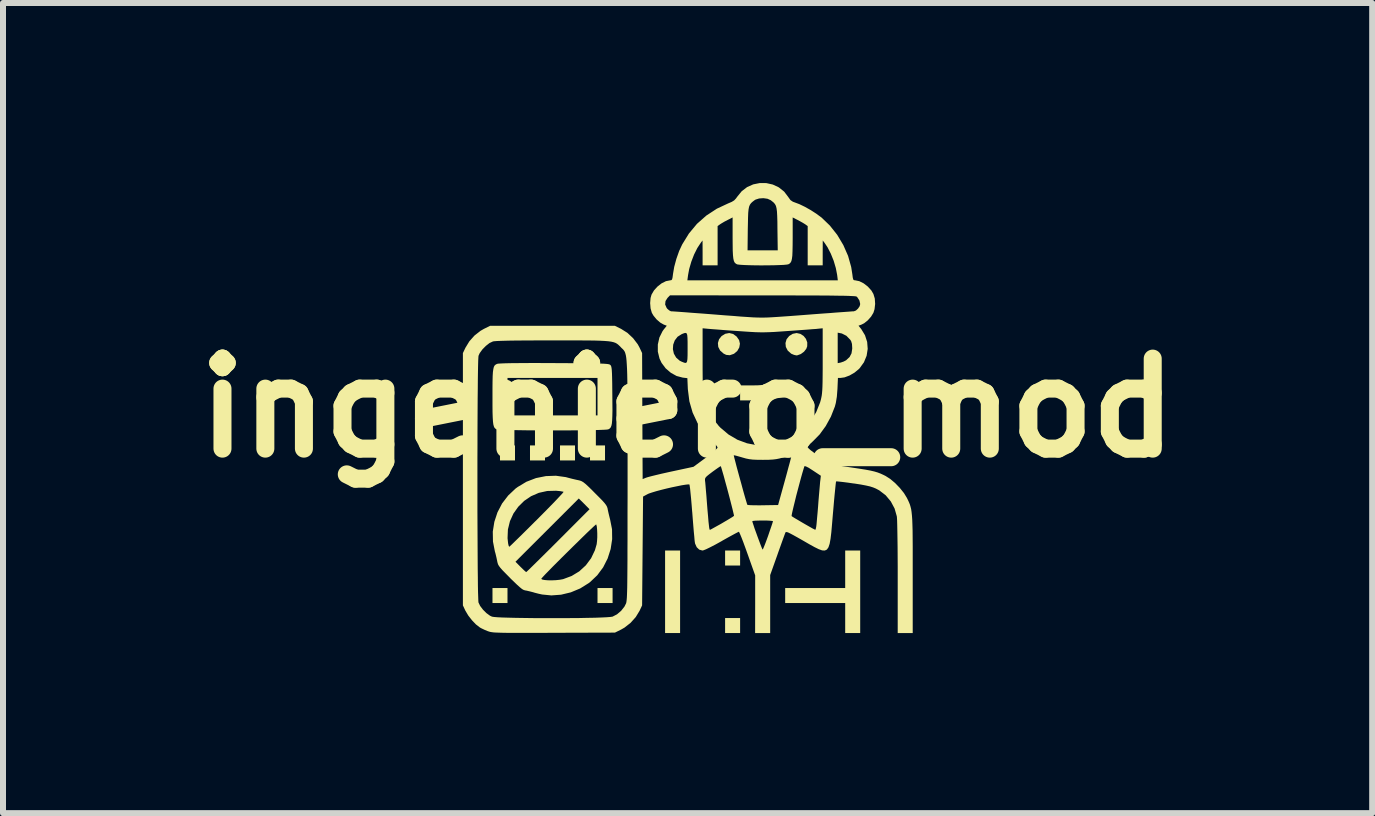
<source format=kicad_pcb>
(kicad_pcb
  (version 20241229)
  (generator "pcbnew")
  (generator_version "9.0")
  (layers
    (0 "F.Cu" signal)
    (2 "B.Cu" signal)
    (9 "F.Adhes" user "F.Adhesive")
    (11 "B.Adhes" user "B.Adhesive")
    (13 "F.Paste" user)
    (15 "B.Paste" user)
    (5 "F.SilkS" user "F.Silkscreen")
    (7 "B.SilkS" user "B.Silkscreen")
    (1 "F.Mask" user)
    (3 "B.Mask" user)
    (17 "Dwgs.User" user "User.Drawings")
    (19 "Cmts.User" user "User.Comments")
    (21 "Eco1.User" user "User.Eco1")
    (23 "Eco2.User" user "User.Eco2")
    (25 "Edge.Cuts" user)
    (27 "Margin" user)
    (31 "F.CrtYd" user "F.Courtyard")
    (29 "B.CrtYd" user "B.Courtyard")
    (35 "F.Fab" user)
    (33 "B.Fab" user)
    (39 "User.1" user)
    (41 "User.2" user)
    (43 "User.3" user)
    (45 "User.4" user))
  (footprint "ingeniero_mod"
    (layer "F.Cu")
    (at 8.407 3.747)
    (property "Reference" "ingeniero_mod" (at 0 0 0) (layer "F.SilkS") (effects (font (size 1.5 1.5) (thickness 0.3))))
    (attr board_only exclude_from_pos_files exclude_from_bom)
    (fp_poly (pts (xy -3.001 3.126) (xy -3.001 3.251) (xy -3.126 3.251) (xy -3.251 3.251) (xy -3.251 3.126) (xy -3.251 3.001) (xy -3.126 3.001) (xy -3.001 3.001)) (stroke (width 0) (type solid)) (fill yes) (layer "F.SilkS"))
    (fp_poly (pts (xy -2.876 0.75) (xy -2.876 0.875) (xy -3.001 0.875) (xy -3.126 0.875) (xy -3.126 0.75) (xy -3.126 0.625) (xy -3.001 0.625) (xy -2.876 0.625)) (stroke (width 0) (type solid)) (fill yes) (layer "F.SilkS"))
    (fp_poly (pts (xy -2.376 0.75) (xy -2.376 0.875) (xy -2.501 0.875) (xy -2.626 0.875) (xy -2.626 0.75) (xy -2.626 0.625) (xy -2.501 0.625) (xy -2.376 0.625)) (stroke (width 0) (type solid)) (fill yes) (layer "F.SilkS"))
    (fp_poly (pts (xy -1.876 0.75) (xy -1.876 0.875) (xy -2.001 0.875) (xy -2.126 0.875) (xy -2.126 0.75) (xy -2.126 0.625) (xy -2.001 0.625) (xy -1.876 0.625)) (stroke (width 0) (type solid)) (fill yes) (layer "F.SilkS"))
    (fp_poly (pts (xy -1.376 0.75) (xy -1.376 0.875) (xy -1.501 0.875) (xy -1.626 0.875) (xy -1.626 0.75) (xy -1.626 0.625) (xy -1.501 0.625) (xy -1.376 0.625)) (stroke (width 0) (type solid)) (fill yes) (layer "F.SilkS"))
    (fp_poly (pts (xy -1.25 3.126) (xy -1.25 3.251) (xy -1.376 3.251) (xy -1.501 3.251) (xy -1.501 3.126) (xy -1.501 3.001) (xy -1.376 3.001) (xy -1.25 3.001)) (stroke (width 0) (type solid)) (fill yes) (layer "F.SilkS"))
    (fp_poly (pts (xy -0.125 3.064) (xy -0.125 3.751) (xy -0.25 3.751) (xy -0.375 3.751) (xy -0.375 3.064) (xy -0.375 2.376) (xy -0.25 2.376) (xy -0.125 2.376)) (stroke (width 0) (type solid)) (fill yes) (layer "F.SilkS"))
    (fp_poly (pts (xy 0.875 2.501) (xy 0.875 2.626) (xy 0.75 2.626) (xy 0.625 2.626) (xy 0.625 2.501) (xy 0.625 2.376) (xy 0.75 2.376) (xy 0.875 2.376)) (stroke (width 0) (type solid)) (fill yes) (layer "F.SilkS"))
    (fp_poly (pts (xy 0.875 3.626) (xy 0.875 3.751) (xy 0.75 3.751) (xy 0.625 3.751) (xy 0.625 3.626) (xy 0.625 3.501) (xy 0.75 3.501) (xy 0.875 3.501)) (stroke (width 0) (type solid)) (fill yes) (layer "F.SilkS"))
    (fp_poly (pts (xy 2.876 3.064) (xy 2.876 3.751) (xy 2.751 3.751) (xy 2.626 3.751) (xy 2.626 3.501) (xy 2.626 3.251) (xy 2.126 3.251) (xy 1.626 3.251) (xy 1.626 3.126) (xy 1.626 3.001) (xy 2.126 3.001) (xy 2.626 3.001) (xy 2.626 2.688) (xy 2.626 2.376) (xy 2.751 2.376) (xy 2.876 2.376)) (stroke (width 0) (type solid)) (fill yes) (layer "F.SilkS"))
    (fp_poly (pts (xy 0.759 -1.232) (xy 0.817 -1.189) (xy 0.858 -1.13) (xy 0.872 -1.07) (xy 0.861 -1.007) (xy 0.828 -0.949) (xy 0.775 -0.904) (xy 0.767 -0.9) (xy 0.703 -0.878) (xy 0.643 -0.884) (xy 0.599 -0.906) (xy 0.542 -0.956) (xy 0.511 -1.016) (xy 0.505 -1.081) (xy 0.524 -1.144) (xy 0.567 -1.198) (xy 0.627 -1.235) (xy 0.694 -1.248)) (stroke (width 0) (type solid)) (fill yes) (layer "F.SilkS"))
    (fp_poly (pts (xy 1.879 -1.234) (xy 1.932 -1.2) (xy 1.972 -1.151) (xy 1.994 -1.091) (xy 1.993 -1.027) (xy 1.978 -0.986) (xy 1.94 -0.937) (xy 1.887 -0.898) (xy 1.83 -0.877) (xy 1.813 -0.875) (xy 1.773 -0.884) (xy 1.728 -0.903) (xy 1.724 -0.906) (xy 1.668 -0.956) (xy 1.637 -1.016) (xy 1.631 -1.081) (xy 1.649 -1.144) (xy 1.692 -1.198) (xy 1.752 -1.235) (xy 1.817 -1.248)) (stroke (width 0) (type solid)) (fill yes) (layer "F.SilkS"))
    (fp_poly (pts (xy 1.582 -0.421) (xy 1.6 -0.39) (xy 1.618 -0.346) (xy 1.632 -0.295) (xy 1.642 -0.249) (xy 1.643 -0.214) (xy 1.637 -0.2) (xy 1.594 -0.183) (xy 1.527 -0.167) (xy 1.44 -0.153) (xy 1.339 -0.141) (xy 1.23 -0.132) (xy 1.12 -0.126) (xy 1.059 -0.126) (xy 0.875 -0.125) (xy 0.875 -0.25) (xy 0.875 -0.375) (xy 1.076 -0.375) (xy 1.173 -0.377) (xy 1.274 -0.384) (xy 1.372 -0.394) (xy 1.461 -0.406) (xy 1.531 -0.42) (xy 1.566 -0.43)) (stroke (width 0) (type solid)) (fill yes) (layer "F.SilkS"))
    (fp_poly (pts (xy -2.458 -0.748) (xy -2.241 -0.747) (xy -2.224 -0.747) (xy -2.032 -0.746) (xy -1.868 -0.745) (xy -1.732 -0.744) (xy -1.619 -0.743) (xy -1.527 -0.741) (xy -1.455 -0.739) (xy -1.4 -0.737) (xy -1.359 -0.734) (xy -1.329 -0.731) (xy -1.309 -0.727) (xy -1.296 -0.722) (xy -1.288 -0.716) (xy -1.286 -0.715) (xy -1.278 -0.704) (xy -1.272 -0.689) (xy -1.267 -0.665) (xy -1.263 -0.629) (xy -1.26 -0.577) (xy -1.258 -0.507) (xy -1.256 -0.414) (xy -1.255 -0.295) (xy -1.254 -0.215) (xy -1.253 -0.071) (xy -1.252 0.046) (xy -1.254 0.138) (xy -1.257 0.208) (xy -1.262 0.261) (xy -1.27 0.298) (xy -1.281 0.324) (xy -1.295 0.341) (xy -1.313 0.353) (xy -1.323 0.357) (xy -1.346 0.361) (xy -1.398 0.364) (xy -1.473 0.367) (xy -1.57 0.37) (xy -1.684 0.371) (xy -1.812 0.373) (xy -1.95 0.374) (xy -2.096 0.375) (xy -2.245 0.375) (xy -2.394 0.375) (xy -2.54 0.374) (xy -2.679 0.373) (xy -2.809 0.371) (xy -2.924 0.369) (xy -3.023 0.367) (xy -3.101 0.364) (xy -3.155 0.361) (xy -3.182 0.357) (xy -3.183 0.357) (xy -3.202 0.346) (xy -3.217 0.331) (xy -3.228 0.308) (xy -3.237 0.274) (xy -3.243 0.226) (xy -3.247 0.161) (xy -3.25 0.075) (xy -3.251 -0.036) (xy -3.251 -0.174) (xy -3.251 -0.188) (xy -3.001 -0.188) (xy -3.001 0.125) (xy -2.251 0.125) (xy -1.501 0.125) (xy -1.501 -0.188) (xy -1.501 -0.5) (xy -2.251 -0.5) (xy -3.001 -0.5) (xy -3.001 -0.188) (xy -3.251 -0.188) (xy -3.251 -0.329) (xy -3.25 -0.442) (xy -3.248 -0.53) (xy -3.244 -0.597) (xy -3.237 -0.646) (xy -3.229 -0.681) (xy -3.217 -0.705) (xy -3.201 -0.72) (xy -3.181 -0.731) (xy -3.175 -0.734) (xy -3.152 -0.738) (xy -3.104 -0.741) (xy -3.03 -0.744) (xy -2.929 -0.746) (xy -2.801 -0.747) (xy -2.644 -0.748)) (stroke (width 0) (type solid)) (fill yes) (layer "F.SilkS"))
    (fp_poly (pts (xy -2.029 1.153) (xy -1.985 1.165) (xy -1.919 1.182) (xy -1.85 1.198) (xy -1.821 1.204) (xy -1.792 1.211) (xy -1.766 1.221) (xy -1.737 1.238) (xy -1.703 1.265) (xy -1.659 1.305) (xy -1.6 1.362) (xy -1.544 1.419) (xy -1.472 1.491) (xy -1.419 1.545) (xy -1.382 1.587) (xy -1.358 1.619) (xy -1.343 1.646) (xy -1.334 1.673) (xy -1.33 1.696) (xy -1.316 1.759) (xy -1.299 1.829) (xy -1.291 1.86) (xy -1.259 2.022) (xy -1.257 2.187) (xy -1.282 2.351) (xy -1.332 2.508) (xy -1.407 2.656) (xy -1.505 2.788) (xy -1.625 2.902) (xy -1.646 2.918) (xy -1.79 3.008) (xy -1.946 3.073) (xy -2.108 3.112) (xy -2.27 3.124) (xy -2.423 3.109) (xy -2.483 3.096) (xy -2.549 3.079) (xy -2.571 3.072) (xy -2.629 3.057) (xy -2.685 3.044) (xy -2.704 3.041) (xy -2.729 3.034) (xy -2.758 3.018) (xy -2.794 2.989) (xy -2.842 2.946) (xy -2.905 2.885) (xy -2.944 2.848) (xy -2.438 2.848) (xy -2.424 2.859) (xy -2.385 2.867) (xy -2.33 2.872) (xy -2.264 2.873) (xy -2.194 2.87) (xy -2.128 2.863) (xy -2.074 2.853) (xy -1.932 2.8) (xy -1.805 2.723) (xy -1.696 2.623) (xy -1.608 2.505) (xy -1.544 2.371) (xy -1.515 2.271) (xy -1.509 2.22) (xy -1.505 2.157) (xy -1.505 2.089) (xy -1.508 2.026) (xy -1.513 1.975) (xy -1.521 1.945) (xy -1.524 1.941) (xy -1.536 1.95) (xy -1.567 1.978) (xy -1.615 2.023) (xy -1.677 2.082) (xy -1.749 2.152) (xy -1.828 2.23) (xy -1.913 2.313) (xy -2 2.399) (xy -2.087 2.485) (xy -2.17 2.568) (xy -2.247 2.645) (xy -2.314 2.714) (xy -2.37 2.771) (xy -2.411 2.815) (xy -2.434 2.841) (xy -2.438 2.848) (xy -2.944 2.848) (xy -2.959 2.832) (xy -3.03 2.76) (xy -3.083 2.706) (xy -3.12 2.664) (xy -3.144 2.632) (xy -3.159 2.605) (xy -3.167 2.578) (xy -3.171 2.563) (xy -2.868 2.563) (xy -2.783 2.649) (xy -2.741 2.69) (xy -2.709 2.72) (xy -2.69 2.735) (xy -2.689 2.735) (xy -2.677 2.725) (xy -2.644 2.694) (xy -2.594 2.645) (xy -2.529 2.581) (xy -2.45 2.503) (xy -2.36 2.414) (xy -2.261 2.316) (xy -2.157 2.212) (xy -1.634 1.688) (xy -1.723 1.598) (xy -1.813 1.509) (xy -2.34 2.036) (xy -2.868 2.563) (xy -3.171 2.563) (xy -3.172 2.555) (xy -3.185 2.493) (xy -3.202 2.422) (xy -3.211 2.392) (xy -3.243 2.227) (xy -3.244 2.17) (xy -3 2.17) (xy -2.991 2.255) (xy -2.983 2.292) (xy -2.974 2.312) (xy -2.972 2.313) (xy -2.959 2.303) (xy -2.926 2.272) (xy -2.877 2.224) (xy -2.812 2.161) (xy -2.735 2.085) (xy -2.647 1.998) (xy -2.552 1.903) (xy -2.509 1.861) (xy -2.412 1.763) (xy -2.322 1.672) (xy -2.242 1.59) (xy -2.175 1.52) (xy -2.122 1.463) (xy -2.085 1.423) (xy -2.068 1.401) (xy -2.066 1.398) (xy -2.086 1.393) (xy -2.127 1.386) (xy -2.183 1.381) (xy -2.191 1.38) (xy -2.339 1.384) (xy -2.479 1.415) (xy -2.608 1.471) (xy -2.723 1.549) (xy -2.822 1.647) (xy -2.902 1.76) (xy -2.96 1.887) (xy -2.994 2.025) (xy -3 2.17) (xy -3.244 2.17) (xy -3.246 2.061) (xy -3.22 1.898) (xy -3.168 1.74) (xy -3.091 1.592) (xy -2.989 1.459) (xy -2.866 1.343) (xy -2.832 1.318) (xy -2.685 1.23) (xy -2.526 1.169) (xy -2.361 1.136) (xy -2.194 1.13)) (stroke (width 0) (type solid)) (fill yes) (layer "F.SilkS"))
    (fp_poly (pts (xy 1.313 -3.746) (xy 1.42 -3.722) (xy 1.52 -3.675) (xy 1.609 -3.604) (xy 1.68 -3.511) (xy 1.68 -3.51) (xy 1.714 -3.463) (xy 1.754 -3.436) (xy 1.786 -3.424) (xy 1.863 -3.395) (xy 1.954 -3.351) (xy 2.052 -3.296) (xy 2.145 -3.236) (xy 2.226 -3.176) (xy 2.232 -3.172) (xy 2.371 -3.038) (xy 2.493 -2.884) (xy 2.595 -2.713) (xy 2.674 -2.533) (xy 2.726 -2.348) (xy 2.745 -2.227) (xy 2.752 -2.172) (xy 2.759 -2.142) (xy 2.771 -2.129) (xy 2.791 -2.126) (xy 2.793 -2.126) (xy 2.861 -2.112) (xy 2.933 -2.076) (xy 3.003 -2.022) (xy 3.062 -1.957) (xy 3.096 -1.899) (xy 3.119 -1.823) (xy 3.125 -1.733) (xy 3.115 -1.645) (xy 3.096 -1.585) (xy 3.057 -1.521) (xy 3.002 -1.459) (xy 2.942 -1.411) (xy 2.899 -1.389) (xy 2.848 -1.37) (xy 2.894 -1.313) (xy 2.956 -1.211) (xy 2.992 -1.1) (xy 3.001 -0.984) (xy 2.983 -0.869) (xy 2.938 -0.76) (xy 2.868 -0.663) (xy 2.854 -0.648) (xy 2.781 -0.588) (xy 2.698 -0.54) (xy 2.615 -0.509) (xy 2.549 -0.5) (xy 2.505 -0.5) (xy 2.497 -0.317) (xy 2.487 -0.188) (xy 2.47 -0.083) (xy 2.454 -0.023) (xy 2.388 0.145) (xy 2.302 0.302) (xy 2.2 0.442) (xy 2.089 0.555) (xy 2.046 0.595) (xy 2.015 0.63) (xy 2.001 0.654) (xy 2.001 0.656) (xy 2.014 0.672) (xy 2.048 0.703) (xy 2.1 0.742) (xy 2.164 0.788) (xy 2.198 0.811) (xy 2.394 0.943) (xy 2.74 0.994) (xy 2.866 1.013) (xy 2.967 1.029) (xy 3.047 1.044) (xy 3.111 1.059) (xy 3.165 1.075) (xy 3.215 1.094) (xy 3.265 1.117) (xy 3.299 1.134) (xy 3.376 1.183) (xy 3.458 1.252) (xy 3.537 1.334) (xy 3.605 1.419) (xy 3.654 1.499) (xy 3.655 1.501) (xy 3.674 1.54) (xy 3.69 1.575) (xy 3.704 1.61) (xy 3.715 1.647) (xy 3.725 1.687) (xy 3.732 1.735) (xy 3.738 1.792) (xy 3.743 1.861) (xy 3.746 1.944) (xy 3.749 2.045) (xy 3.75 2.165) (xy 3.751 2.308) (xy 3.751 2.475) (xy 3.751 2.671) (xy 3.751 2.77) (xy 3.751 3.751) (xy 3.626 3.751) (xy 3.501 3.751) (xy 3.501 2.825) (xy 3.501 2.646) (xy 3.5 2.476) (xy 3.499 2.32) (xy 3.497 2.178) (xy 3.495 2.055) (xy 3.493 1.953) (xy 3.491 1.875) (xy 3.488 1.823) (xy 3.486 1.806) (xy 3.449 1.676) (xy 3.386 1.558) (xy 3.3 1.455) (xy 3.194 1.374) (xy 3.138 1.344) (xy 3.092 1.325) (xy 3.039 1.308) (xy 2.973 1.293) (xy 2.889 1.277) (xy 2.781 1.26) (xy 2.761 1.258) (xy 2.671 1.245) (xy 2.593 1.235) (xy 2.53 1.228) (xy 2.489 1.224) (xy 2.474 1.225) (xy 2.471 1.242) (xy 2.466 1.286) (xy 2.459 1.355) (xy 2.45 1.443) (xy 2.44 1.549) (xy 2.43 1.667) (xy 2.421 1.768) (xy 2.407 1.934) (xy 2.395 2.071) (xy 2.382 2.18) (xy 2.367 2.263) (xy 2.347 2.323) (xy 2.321 2.36) (xy 2.287 2.376) (xy 2.242 2.374) (xy 2.186 2.354) (xy 2.115 2.319) (xy 2.028 2.271) (xy 1.926 2.212) (xy 1.831 2.158) (xy 1.759 2.118) (xy 1.708 2.091) (xy 1.673 2.074) (xy 1.65 2.068) (xy 1.637 2.069) (xy 1.63 2.076) (xy 1.627 2.084) (xy 1.618 2.108) (xy 1.6 2.157) (xy 1.575 2.226) (xy 1.545 2.31) (xy 1.511 2.405) (xy 1.495 2.451) (xy 1.376 2.785) (xy 1.376 3.268) (xy 1.376 3.751) (xy 1.25 3.751) (xy 1.125 3.751) (xy 1.126 3.271) (xy 1.126 2.79) (xy 0.997 2.427) (xy 0.961 2.327) (xy 0.928 2.237) (xy 0.899 2.162) (xy 0.876 2.106) (xy 0.86 2.072) (xy 0.855 2.063) (xy 0.837 2.071) (xy 0.798 2.091) (xy 0.739 2.123) (xy 0.666 2.163) (xy 0.584 2.209) (xy 0.566 2.22) (xy 0.463 2.277) (xy 0.376 2.322) (xy 0.308 2.355) (xy 0.262 2.373) (xy 0.246 2.376) (xy 0.194 2.361) (xy 0.152 2.321) (xy 0.125 2.261) (xy 0.12 2.234) (xy 0.116 2.201) (xy 0.111 2.14) (xy 0.103 2.059) (xy 0.095 1.961) (xy 0.086 1.85) (xy 0.077 1.733) (xy 0.076 1.727) (xy 0.067 1.613) (xy 0.058 1.509) (xy 0.049 1.42) (xy 0.042 1.348) (xy 0.035 1.299) (xy 0.031 1.277) (xy 0.03 1.276) (xy 0.011 1.274) (xy -0.034 1.279) (xy -0.098 1.289) (xy -0.176 1.305) (xy -0.263 1.323) (xy -0.354 1.344) (xy -0.442 1.366) (xy -0.524 1.388) (xy -0.593 1.409) (xy -0.644 1.426) (xy -0.666 1.436) (xy -0.742 1.477) (xy -0.75 2.384) (xy -0.758 3.29) (xy -0.8 3.38) (xy -0.864 3.485) (xy -0.951 3.582) (xy -1.052 3.661) (xy -1.108 3.693) (xy -1.211 3.744) (xy -2.227 3.747) (xy -2.431 3.748) (xy -2.606 3.748) (xy -2.755 3.748) (xy -2.879 3.748) (xy -2.982 3.748) (xy -3.066 3.747) (xy -3.133 3.745) (xy -3.186 3.743) (xy -3.227 3.741) (xy -3.259 3.737) (xy -3.284 3.733) (xy -3.304 3.728) (xy -3.322 3.722) (xy -3.326 3.721) (xy -3.384 3.697) (xy -3.438 3.671) (xy -3.46 3.659) (xy -3.526 3.608) (xy -3.593 3.538) (xy -3.654 3.46) (xy -3.7 3.383) (xy -3.702 3.38) (xy -3.744 3.29) (xy -3.744 1.279) (xy -3.502 1.279) (xy -3.502 1.5) (xy -3.502 1.718) (xy -3.501 1.93) (xy -3.5 2.134) (xy -3.499 2.328) (xy -3.498 2.51) (xy -3.497 2.677) (xy -3.495 2.827) (xy -3.494 2.957) (xy -3.492 3.066) (xy -3.489 3.151) (xy -3.487 3.21) (xy -3.485 3.24) (xy -3.484 3.242) (xy -3.457 3.299) (xy -3.41 3.361) (xy -3.353 3.418) (xy -3.293 3.462) (xy -3.259 3.478) (xy -3.228 3.483) (xy -3.169 3.488) (xy -3.086 3.492) (xy -2.981 3.495) (xy -2.86 3.498) (xy -2.724 3.5) (xy -2.578 3.502) (xy -2.424 3.503) (xy -2.267 3.503) (xy -2.109 3.503) (xy -1.955 3.502) (xy -1.807 3.501) (xy -1.669 3.498) (xy -1.545 3.496) (xy -1.438 3.492) (xy -1.351 3.488) (xy -1.287 3.483) (xy -1.252 3.478) (xy -1.249 3.477) (xy -1.176 3.439) (xy -1.107 3.38) (xy -1.052 3.31) (xy -1.024 3.254) (xy -1.021 3.24) (xy -1.018 3.222) (xy -1.015 3.196) (xy -1.012 3.161) (xy -1.01 3.116) (xy -1.008 3.059) (xy -1.006 2.988) (xy -1.005 2.903) (xy -1.004 2.8) (xy -1.003 2.679) (xy -1.002 2.538) (xy -1.002 2.375) (xy -1.001 2.189) (xy -1.001 1.978) (xy -1.001 1.741) (xy -1 1.475) (xy -1 1.187) (xy -1 0.89) (xy -1 0.622) (xy -1 0.382) (xy -1 0.169) (xy -1.001 -0.02) (xy -1.002 -0.185) (xy -1.003 -0.329) (xy -1.004 -0.454) (xy -1.006 -0.56) (xy -1.009 -0.649) (xy -1.013 -0.723) (xy -1.017 -0.785) (xy -1.022 -0.834) (xy -1.028 -0.873) (xy -1.036 -0.904) (xy -1.044 -0.929) (xy -1.054 -0.948) (xy -1.065 -0.963) (xy -1.077 -0.977) (xy -1.091 -0.99) (xy -1.107 -1.005) (xy -1.113 -1.012) (xy -1.135 -1.034) (xy -1.156 -1.054) (xy -1.177 -1.07) (xy -1.202 -1.084) (xy -1.233 -1.095) (xy -1.271 -1.104) (xy -1.321 -1.111) (xy -1.383 -1.116) (xy -1.462 -1.12) (xy -1.558 -1.123) (xy -1.675 -1.124) (xy -1.814 -1.125) (xy -1.98 -1.125) (xy -2.173 -1.125) (xy -2.25 -1.125) (xy -2.479 -1.125) (xy -2.678 -1.124) (xy -2.846 -1.123) (xy -2.985 -1.121) (xy -3.094 -1.118) (xy -3.173 -1.115) (xy -3.224 -1.111) (xy -3.243 -1.108) (xy -3.301 -1.081) (xy -3.362 -1.033) (xy -3.419 -0.975) (xy -3.464 -0.913) (xy -3.484 -0.868) (xy -3.486 -0.843) (xy -3.489 -0.789) (xy -3.491 -0.708) (xy -3.493 -0.603) (xy -3.495 -0.476) (xy -3.496 -0.33) (xy -3.498 -0.166) (xy -3.499 0.014) (xy -3.5 0.206) (xy -3.501 0.409) (xy -3.501 0.62) (xy -3.502 0.836) (xy -3.502 1.057) (xy -3.502 1.279) (xy -3.744 1.279) (xy -3.744 1.188) (xy -3.744 -0.914) (xy -3.701 -1.004) (xy -3.637 -1.109) (xy -3.551 -1.206) (xy -3.45 -1.285) (xy -3.394 -1.317) (xy -3.291 -1.368) (xy -2.251 -1.368) (xy -1.211 -1.368) (xy -1.108 -1.317) (xy -1.003 -1.251) (xy -0.908 -1.162) (xy -0.831 -1.061) (xy -0.8 -1.004) (xy -0.758 -0.914) (xy -0.754 0.136) (xy -0.749 1.186) (xy -0.742 1.183) (xy 0.29 1.183) (xy 0.29 1.205) (xy 0.29 1.21) (xy 0.294 1.24) (xy 0.299 1.296) (xy 0.305 1.372) (xy 0.313 1.461) (xy 0.32 1.555) (xy 0.331 1.695) (xy 0.341 1.806) (xy 0.348 1.892) (xy 0.355 1.954) (xy 0.36 1.997) (xy 0.365 2.021) (xy 0.37 2.031) (xy 0.371 2.032) (xy 0.387 2.025) (xy 0.425 2.004) (xy 0.479 1.974) (xy 0.546 1.937) (xy 0.572 1.922) (xy 0.631 1.887) (xy 1.078 1.887) (xy 1.083 1.908) (xy 1.097 1.95) (xy 1.116 2.009) (xy 1.141 2.077) (xy 1.167 2.149) (xy 1.193 2.219) (xy 1.216 2.281) (xy 1.235 2.329) (xy 1.247 2.356) (xy 1.25 2.36) (xy 1.259 2.346) (xy 1.275 2.308) (xy 1.298 2.25) (xy 1.325 2.177) (xy 1.342 2.13) (xy 1.369 2.05) (xy 1.393 1.981) (xy 1.411 1.927) (xy 1.421 1.894) (xy 1.423 1.887) (xy 1.408 1.883) (xy 1.368 1.879) (xy 1.31 1.876) (xy 1.25 1.876) (xy 1.181 1.877) (xy 1.125 1.879) (xy 1.089 1.883) (xy 1.078 1.887) (xy 0.631 1.887) (xy 0.642 1.881) (xy 0.702 1.845) (xy 0.746 1.818) (xy 0.77 1.801) (xy 0.773 1.799) (xy 0.773 1.796) (xy 1.733 1.796) (xy 1.733 1.802) (xy 1.751 1.815) (xy 1.79 1.839) (xy 1.843 1.87) (xy 1.905 1.907) (xy 1.969 1.944) (xy 2.029 1.978) (xy 2.08 2.007) (xy 2.115 2.025) (xy 2.128 2.031) (xy 2.135 2.017) (xy 2.143 1.981) (xy 2.148 1.942) (xy 2.152 1.897) (xy 2.158 1.828) (xy 2.166 1.742) (xy 2.174 1.645) (xy 2.18 1.563) (xy 2.188 1.466) (xy 2.196 1.374) (xy 2.203 1.295) (xy 2.208 1.234) (xy 2.212 1.202) (xy 2.22 1.13) (xy 2.087 1.042) (xy 2.017 0.997) (xy 1.971 0.974) (xy 1.948 0.97) (xy 1.946 0.973) (xy 1.931 1.021) (xy 1.911 1.088) (xy 1.888 1.17) (xy 1.863 1.263) (xy 1.837 1.361) (xy 1.811 1.459) (xy 1.788 1.554) (xy 1.767 1.639) (xy 1.75 1.711) (xy 1.738 1.765) (xy 1.733 1.796) (xy 0.773 1.796) (xy 0.771 1.782) (xy 0.761 1.74) (xy 0.746 1.677) (xy 0.726 1.599) (xy 0.703 1.509) (xy 0.678 1.414) (xy 0.652 1.317) (xy 0.626 1.223) (xy 0.603 1.137) (xy 0.582 1.065) (xy 0.566 1.01) (xy 0.556 0.978) (xy 0.553 0.971) (xy 0.539 0.977) (xy 0.506 0.999) (xy 0.459 1.032) (xy 0.416 1.063) (xy 0.357 1.108) (xy 0.319 1.139) (xy 0.298 1.163) (xy 0.29 1.183) (xy -0.742 1.183) (xy -0.693 1.163) (xy -0.662 1.153) (xy -0.606 1.138) (xy -0.529 1.119) (xy -0.437 1.097) (xy -0.334 1.074) (xy -0.27 1.06) (xy 0.098 0.981) (xy 0.299 0.833) (xy 0.357 0.789) (xy 0.769 0.789) (xy 0.772 0.804) (xy 0.782 0.845) (xy 0.798 0.906) (xy 0.818 0.984) (xy 0.842 1.072) (xy 0.868 1.167) (xy 0.895 1.264) (xy 0.92 1.357) (xy 0.944 1.443) (xy 0.965 1.516) (xy 0.982 1.572) (xy 0.992 1.606) (xy 0.995 1.614) (xy 1.013 1.618) (xy 1.056 1.621) (xy 1.119 1.622) (xy 1.198 1.623) (xy 1.255 1.622) (xy 1.508 1.618) (xy 1.622 1.206) (xy 1.652 1.097) (xy 1.678 0.999) (xy 1.701 0.916) (xy 1.718 0.85) (xy 1.728 0.807) (xy 1.732 0.789) (xy 1.732 0.789) (xy 1.716 0.791) (xy 1.677 0.801) (xy 1.622 0.816) (xy 1.594 0.824) (xy 1.533 0.842) (xy 1.478 0.853) (xy 1.421 0.86) (xy 1.351 0.864) (xy 1.261 0.865) (xy 1.25 0.865) (xy 1.157 0.864) (xy 1.086 0.861) (xy 1.028 0.854) (xy 0.973 0.843) (xy 0.913 0.826) (xy 0.907 0.824) (xy 0.847 0.807) (xy 0.8 0.794) (xy 0.773 0.789) (xy 0.769 0.789) (xy 0.357 0.789) (xy 0.367 0.781) (xy 0.426 0.734) (xy 0.47 0.695) (xy 0.495 0.669) (xy 0.5 0.66) (xy 0.489 0.639) (xy 0.46 0.604) (xy 0.418 0.562) (xy 0.406 0.551) (xy 0.273 0.41) (xy 0.165 0.251) (xy 0.084 0.078) (xy 0.03 -0.109) (xy 0.005 -0.305) (xy 0.004 -0.315) (xy -0.004 -0.496) (xy -0.081 -0.505) (xy -0.183 -0.532) (xy -0.28 -0.586) (xy -0.366 -0.66) (xy -0.434 -0.751) (xy -0.468 -0.823) (xy -0.496 -0.938) (xy -0.496 -0.979) (xy -0.245 -0.979) (xy -0.229 -0.905) (xy -0.191 -0.839) (xy -0.132 -0.787) (xy -0.102 -0.772) (xy -0.065 -0.757) (xy -0.039 -0.749) (xy -0.02 -0.754) (xy -0.009 -0.774) (xy -0.003 -0.813) (xy -0.000489 -0.875) (xy 0 -0.964) (xy 0 -1) (xy -0.000147 -1.098) (xy -0.002 -1.168) (xy -0.006 -1.215) (xy -0.015 -1.241) (xy -0.03 -1.25) (xy -0.053 -1.247) (xy -0.085 -1.235) (xy -0.099 -1.229) (xy -0.167 -1.186) (xy -0.214 -1.125) (xy -0.24 -1.054) (xy -0.245 -0.979) (xy -0.496 -0.979) (xy -0.496 -1.057) (xy -0.47 -1.173) (xy -0.418 -1.278) (xy -0.393 -1.313) (xy -0.381 -1.327) (xy 0.25 -1.327) (xy 0.25 -0.791) (xy 0.25 -0.644) (xy 0.251 -0.525) (xy 0.252 -0.429) (xy 0.254 -0.353) (xy 0.257 -0.292) (xy 0.261 -0.244) (xy 0.266 -0.204) (xy 0.273 -0.168) (xy 0.281 -0.135) (xy 0.335 0.025) (xy 0.414 0.168) (xy 0.519 0.3) (xy 0.547 0.329) (xy 0.682 0.443) (xy 0.83 0.53) (xy 0.989 0.589) (xy 1.154 0.621) (xy 1.324 0.622) (xy 1.491 0.594) (xy 1.657 0.536) (xy 1.807 0.452) (xy 1.94 0.345) (xy 2.053 0.216) (xy 2.143 0.07) (xy 2.208 -0.092) (xy 2.22 -0.135) (xy 2.228 -0.17) (xy 2.235 -0.206) (xy 2.24 -0.247) (xy 2.244 -0.296) (xy 2.247 -0.357) (xy 2.249 -0.434) (xy 2.25 -0.531) (xy 2.251 -0.652) (xy 2.251 -0.791) (xy 2.251 -1) (xy 2.501 -1) (xy 2.501 -0.746) (xy 2.552 -0.756) (xy 2.601 -0.773) (xy 2.641 -0.794) (xy 2.699 -0.848) (xy 2.731 -0.909) (xy 2.743 -0.986) (xy 2.743 -1) (xy 2.739 -1.066) (xy 2.725 -1.113) (xy 2.711 -1.135) (xy 2.646 -1.202) (xy 2.571 -1.24) (xy 2.552 -1.244) (xy 2.501 -1.254) (xy 2.501 -1) (xy 2.251 -1) (xy 2.251 -1.327) (xy 2.177 -1.32) (xy 2.141 -1.316) (xy 2.08 -1.312) (xy 1.997 -1.305) (xy 1.898 -1.298) (xy 1.788 -1.29) (xy 1.676 -1.282) (xy 1.549 -1.273) (xy 1.445 -1.266) (xy 1.359 -1.262) (xy 1.282 -1.26) (xy 1.209 -1.26) (xy 1.132 -1.262) (xy 1.044 -1.267) (xy 0.938 -1.274) (xy 0.825 -1.282) (xy 0.708 -1.29) (xy 0.598 -1.298) (xy 0.5 -1.306) (xy 0.418 -1.312) (xy 0.357 -1.317) (xy 0.324 -1.32) (xy 0.25 -1.327) (xy -0.381 -1.327) (xy -0.347 -1.37) (xy -0.398 -1.389) (xy -0.456 -1.422) (xy -0.516 -1.474) (xy -0.568 -1.537) (xy -0.596 -1.585) (xy -0.617 -1.659) (xy -0.622 -1.723) (xy -0.374 -1.723) (xy -0.349 -1.666) (xy -0.337 -1.651) (xy -0.305 -1.624) (xy -0.277 -1.61) (xy -0.274 -1.61) (xy -0.253 -1.609) (xy -0.208 -1.606) (xy -0.137 -1.601) (xy -0.04 -1.594) (xy 0.085 -1.584) (xy 0.238 -1.573) (xy 0.419 -1.559) (xy 0.631 -1.542) (xy 0.758 -1.533) (xy 0.889 -1.522) (xy 0.997 -1.515) (xy 1.087 -1.509) (xy 1.165 -1.506) (xy 1.239 -1.505) (xy 1.314 -1.506) (xy 1.396 -1.51) (xy 1.492 -1.516) (xy 1.607 -1.524) (xy 1.721 -1.532) (xy 1.854 -1.542) (xy 1.996 -1.553) (xy 2.138 -1.564) (xy 2.272 -1.574) (xy 2.388 -1.582) (xy 2.446 -1.587) (xy 2.541 -1.594) (xy 2.626 -1.6) (xy 2.697 -1.605) (xy 2.747 -1.609) (xy 2.771 -1.61) (xy 2.771 -1.61) (xy 2.805 -1.623) (xy 2.84 -1.655) (xy 2.867 -1.695) (xy 2.876 -1.731) (xy 2.863 -1.79) (xy 2.829 -1.843) (xy 2.815 -1.856) (xy 2.804 -1.859) (xy 2.778 -1.862) (xy 2.737 -1.864) (xy 2.678 -1.867) (xy 2.601 -1.869) (xy 2.503 -1.87) (xy 2.384 -1.872) (xy 2.242 -1.873) (xy 2.075 -1.874) (xy 1.882 -1.874) (xy 1.662 -1.875) (xy 1.412 -1.875) (xy 1.249 -1.875) (xy -0.293 -1.876) (xy -0.334 -1.834) (xy -0.368 -1.781) (xy -0.374 -1.723) (xy -0.622 -1.723) (xy -0.624 -1.746) (xy -0.617 -1.832) (xy -0.601 -1.888) (xy -0.56 -1.958) (xy -0.502 -2.022) (xy -0.433 -2.076) (xy -0.361 -2.112) (xy -0.295 -2.125) (xy -0.292 -2.126) (xy -0.004 -2.126) (xy 1.25 -2.126) (xy 2.503 -2.126) (xy 2.492 -2.216) (xy 2.47 -2.33) (xy 2.434 -2.452) (xy 2.386 -2.571) (xy 2.331 -2.678) (xy 2.282 -2.751) (xy 2.252 -2.79) (xy 2.251 -2.583) (xy 2.251 -2.376) (xy 2.126 -2.376) (xy 2.001 -2.376) (xy 2.001 -2.703) (xy 2.001 -3.03) (xy 1.958 -3.061) (xy 1.919 -3.085) (xy 1.867 -3.114) (xy 1.833 -3.132) (xy 1.751 -3.174) (xy 1.751 -2.83) (xy 1.75 -2.706) (xy 1.748 -2.609) (xy 1.745 -2.536) (xy 1.738 -2.483) (xy 1.729 -2.446) (xy 1.715 -2.421) (xy 1.698 -2.404) (xy 1.678 -2.393) (xy 1.65 -2.388) (xy 1.596 -2.383) (xy 1.521 -2.38) (xy 1.431 -2.377) (xy 1.332 -2.376) (xy 1.229 -2.375) (xy 1.126 -2.376) (xy 1.03 -2.378) (xy 0.946 -2.381) (xy 0.88 -2.385) (xy 0.836 -2.39) (xy 0.823 -2.393) (xy 0.801 -2.406) (xy 0.783 -2.424) (xy 0.771 -2.45) (xy 0.762 -2.489) (xy 0.756 -2.545) (xy 0.752 -2.621) (xy 0.752 -2.626) (xy 0.999 -2.626) (xy 1.25 -2.626) (xy 1.502 -2.626) (xy 1.497 -2.984) (xy 1.496 -3.106) (xy 1.493 -3.201) (xy 1.489 -3.273) (xy 1.482 -3.326) (xy 1.472 -3.366) (xy 1.456 -3.396) (xy 1.435 -3.421) (xy 1.407 -3.444) (xy 1.385 -3.461) (xy 1.332 -3.485) (xy 1.263 -3.495) (xy 1.192 -3.49) (xy 1.132 -3.471) (xy 1.116 -3.461) (xy 1.083 -3.436) (xy 1.058 -3.413) (xy 1.039 -3.387) (xy 1.025 -3.354) (xy 1.016 -3.309) (xy 1.01 -3.25) (xy 1.007 -3.17) (xy 1.005 -3.067) (xy 1.003 -2.984) (xy 0.999 -2.626) (xy 0.752 -2.626) (xy 0.751 -2.721) (xy 0.75 -2.83) (xy 0.75 -3.174) (xy 0.668 -3.132) (xy 0.614 -3.104) (xy 0.565 -3.075) (xy 0.543 -3.061) (xy 0.5 -3.03) (xy 0.5 -2.703) (xy 0.5 -2.376) (xy 0.375 -2.376) (xy 0.25 -2.376) (xy 0.25 -2.583) (xy 0.249 -2.79) (xy 0.219 -2.751) (xy 0.162 -2.664) (xy 0.108 -2.556) (xy 0.062 -2.437) (xy 0.027 -2.316) (xy 0.008 -2.215) (xy -0.004 -2.126) (xy -0.292 -2.126) (xy -0.273 -2.128) (xy -0.26 -2.139) (xy -0.252 -2.166) (xy -0.245 -2.215) (xy -0.244 -2.227) (xy -0.223 -2.35) (xy -0.187 -2.484) (xy -0.14 -2.617) (xy -0.089 -2.726) (xy 0.022 -2.906) (xy 0.156 -3.067) (xy 0.312 -3.205) (xy 0.488 -3.32) (xy 0.674 -3.407) (xy 0.735 -3.433) (xy 0.776 -3.458) (xy 0.806 -3.49) (xy 0.827 -3.519) (xy 0.902 -3.611) (xy 0.992 -3.68) (xy 1.094 -3.725) (xy 1.203 -3.747)) (stroke (width 0) (type solid)) (fill yes) (layer "F.SilkS")))
  (gr_rect
    (start -3 -3)
    (end 19.814 10.499)
    (stroke (width 0.1) (type default))
    (fill no)
    (layer "Edge.Cuts")))
</source>
